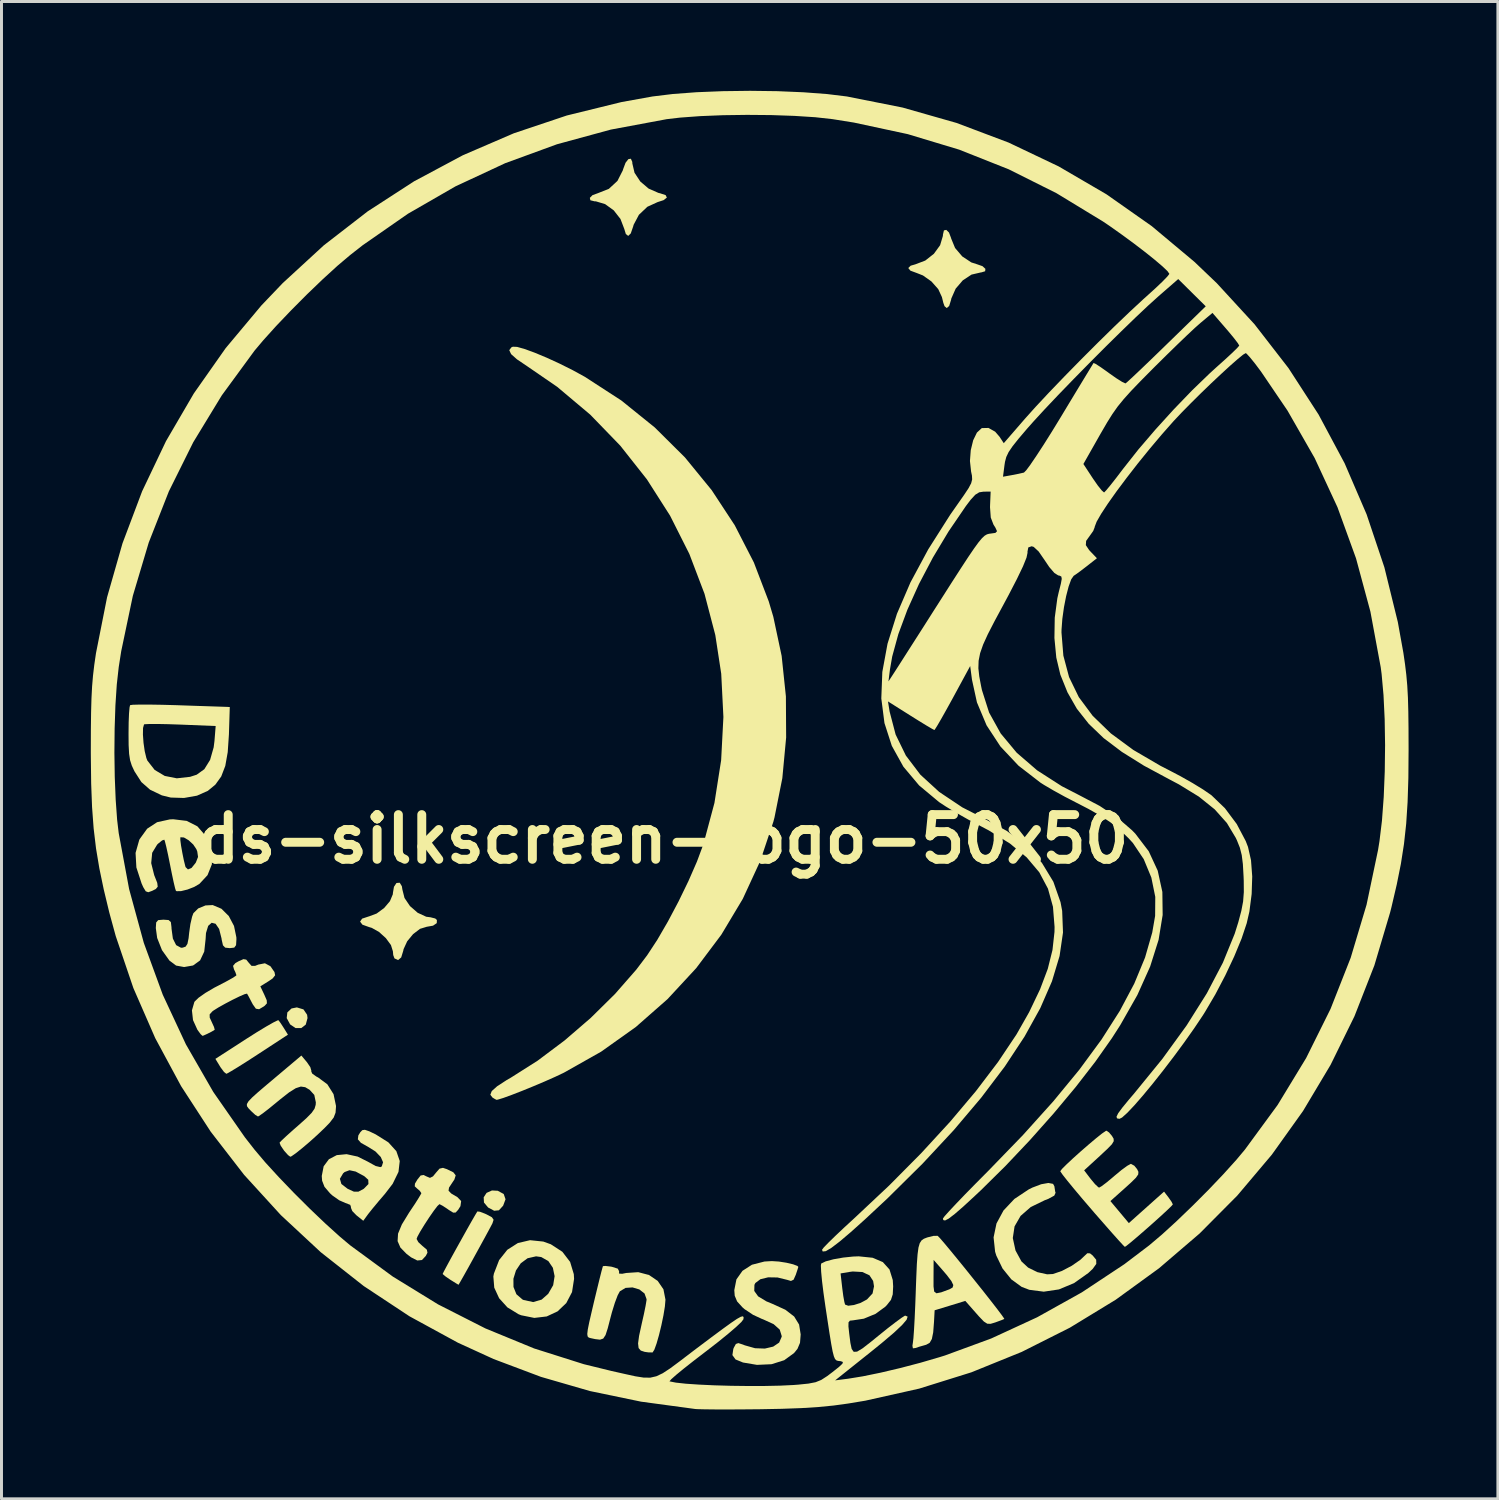
<source format=kicad_pcb>
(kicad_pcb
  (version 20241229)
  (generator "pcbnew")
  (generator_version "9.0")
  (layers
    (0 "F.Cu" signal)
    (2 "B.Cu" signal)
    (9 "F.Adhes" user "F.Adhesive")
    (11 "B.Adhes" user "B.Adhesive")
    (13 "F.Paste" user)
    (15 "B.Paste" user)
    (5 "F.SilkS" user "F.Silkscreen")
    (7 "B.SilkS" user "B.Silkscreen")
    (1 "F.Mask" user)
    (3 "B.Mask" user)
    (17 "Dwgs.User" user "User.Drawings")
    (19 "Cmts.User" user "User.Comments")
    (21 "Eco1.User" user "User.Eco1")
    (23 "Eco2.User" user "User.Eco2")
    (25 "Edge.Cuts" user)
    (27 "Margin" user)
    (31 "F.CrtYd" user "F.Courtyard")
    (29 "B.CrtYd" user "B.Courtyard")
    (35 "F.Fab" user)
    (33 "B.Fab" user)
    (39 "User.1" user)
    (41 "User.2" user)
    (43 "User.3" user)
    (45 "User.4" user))
  (footprint "ds-silkscreen-logo-50x50"
    (layer "F.Cu")
    (at 22.869 22.032)
    (property "Reference" "ds-silkscreen-logo-50x50" (at -3.647 3.098 0) (layer "F.SilkS") (effects (font (size 1.5 1.5) (thickness 0.3))))
    (attr board_only exclude_from_pos_files exclude_from_bom)
    (fp_poly (pts (xy -15.727 8.818) (xy -15.605 8.998) (xy -15.591 9.109) (xy -15.65 9.328) (xy -15.8 9.445) (xy -15.993 9.445) (xy -16.175 9.322) (xy -16.29 9.111) (xy -16.269 8.919) (xy -16.129 8.787) (xy -15.949 8.751)) (stroke (width 0) (type solid)) (fill yes) (layer "F.SilkS"))
    (fp_poly (pts (xy -9.202 14.909) (xy -9.002 15.018) (xy -8.941 15.195) (xy -9.022 15.411) (xy -9.164 15.565) (xy -9.323 15.58) (xy -9.526 15.471) (xy -9.665 15.305) (xy -9.675 15.129) (xy -9.578 14.98) (xy -9.397 14.899)) (stroke (width 0) (type solid)) (fill yes) (layer "F.SilkS"))
    (fp_poly (pts (xy -16.496 9.276) (xy -16.389 9.441) (xy -16.385 9.447) (xy -16.249 9.667) (xy -17.253 10.323) (xy -17.608 10.553) (xy -17.915 10.747) (xy -18.152 10.891) (xy -18.292 10.97) (xy -18.319 10.98) (xy -18.396 10.919) (xy -18.509 10.767) (xy -18.532 10.73) (xy -18.685 10.479) (xy -17.647 9.808) (xy -17.289 9.581) (xy -16.978 9.393) (xy -16.739 9.257) (xy -16.596 9.187) (xy -16.565 9.183)) (stroke (width 0) (type solid)) (fill yes) (layer "F.SilkS"))
    (fp_poly (pts (xy -9.803 15.613) (xy -9.632 15.678) (xy -9.575 15.704) (xy -9.398 15.8) (xy -9.342 15.883) (xy -9.38 16) (xy -9.388 16.017) (xy -9.497 16.222) (xy -9.647 16.499) (xy -9.823 16.82) (xy -10.007 17.155) (xy -10.184 17.476) (xy -10.339 17.753) (xy -10.455 17.957) (xy -10.515 18.059) (xy -10.52 18.066) (xy -10.589 18.026) (xy -10.743 17.93) (xy -10.793 17.899) (xy -10.959 17.785) (xy -11.047 17.71) (xy -11.052 17.7) (xy -11.015 17.624) (xy -10.917 17.44) (xy -10.774 17.176) (xy -10.602 16.864) (xy -10.417 16.532) (xy -10.238 16.211) (xy -10.08 15.931) (xy -9.959 15.722) (xy -9.893 15.612) (xy -9.887 15.604)) (stroke (width 0) (type solid)) (fill yes) (layer "F.SilkS"))
    (fp_poly (pts (xy -4.685 -19.646) (xy -4.682 -19.591) (xy -4.609 -19.28) (xy -4.415 -18.986) (xy -4.135 -18.748) (xy -3.805 -18.603) (xy -3.755 -18.592) (xy -3.563 -18.528) (xy -3.523 -18.446) (xy -3.633 -18.36) (xy -3.835 -18.294) (xy -4.177 -18.138) (xy -4.461 -17.869) (xy -4.639 -17.533) (xy -4.655 -17.474) (xy -4.735 -17.243) (xy -4.821 -17.159) (xy -4.901 -17.223) (xy -4.953 -17.394) (xy -5.081 -17.728) (xy -5.308 -18.018) (xy -5.597 -18.227) (xy -5.907 -18.32) (xy -5.952 -18.321) (xy -6.092 -18.356) (xy -6.11 -18.437) (xy -6.02 -18.528) (xy -5.839 -18.594) (xy -5.472 -18.739) (xy -5.182 -19.007) (xy -5.001 -19.364) (xy -4.99 -19.404) (xy -4.911 -19.615) (xy -4.816 -19.737) (xy -4.732 -19.752)) (stroke (width 0) (type solid)) (fill yes) (layer "F.SilkS"))
    (fp_poly (pts (xy 5.952 -17.273) (xy 6.021 -17.092) (xy 6.025 -17.073) (xy 6.156 -16.754) (xy 6.398 -16.47) (xy 6.702 -16.269) (xy 6.889 -16.209) (xy 7.077 -16.143) (xy 7.175 -16.053) (xy 7.166 -15.972) (xy 7.036 -15.933) (xy 7.019 -15.932) (xy 6.709 -15.86) (xy 6.415 -15.666) (xy 6.176 -15.387) (xy 6.031 -15.059) (xy 6.021 -15.009) (xy 5.958 -14.806) (xy 5.877 -14.736) (xy 5.803 -14.798) (xy 5.762 -14.912) (xy 5.715 -15.103) (xy 5.715 -15.104) (xy 5.591 -15.372) (xy 5.362 -15.63) (xy 5.078 -15.831) (xy 4.878 -15.91) (xy 4.657 -15.992) (xy 4.585 -16.08) (xy 4.665 -16.159) (xy 4.821 -16.204) (xy 5.155 -16.331) (xy 5.445 -16.559) (xy 5.654 -16.847) (xy 5.747 -17.158) (xy 5.749 -17.202) (xy 5.782 -17.344) (xy 5.861 -17.362)) (stroke (width 0) (type solid)) (fill yes) (layer "F.SilkS"))
    (fp_poly (pts (xy -12.494 4.565) (xy -12.423 4.681) (xy -12.405 4.794) (xy -12.334 5.076) (xy -12.149 5.349) (xy -11.892 5.573) (xy -11.605 5.706) (xy -11.459 5.725) (xy -11.302 5.765) (xy -11.246 5.814) (xy -11.251 5.921) (xy -11.376 6.006) (xy -11.581 6.042) (xy -11.587 6.043) (xy -11.813 6.112) (xy -12.046 6.29) (xy -12.244 6.531) (xy -12.365 6.794) (xy -12.376 6.849) (xy -12.445 7.073) (xy -12.549 7.161) (xy -12.671 7.105) (xy -12.713 6.992) (xy -12.724 6.865) (xy -12.79 6.656) (xy -12.959 6.426) (xy -13.187 6.219) (xy -13.433 6.08) (xy -13.521 6.054) (xy -13.747 5.973) (xy -13.826 5.87) (xy -13.758 5.77) (xy -13.541 5.698) (xy -13.533 5.697) (xy -13.269 5.598) (xy -13.018 5.413) (xy -12.823 5.183) (xy -12.726 4.951) (xy -12.723 4.906) (xy -12.688 4.7) (xy -12.604 4.573) (xy -12.497 4.564)) (stroke (width 0) (type solid)) (fill yes) (layer "F.SilkS"))
    (fp_poly (pts (xy -7.674 16.615) (xy -7.42 16.706) (xy -7.033 16.958) (xy -6.772 17.298) (xy -6.648 17.709) (xy -6.639 17.868) (xy -6.708 18.312) (xy -6.901 18.681) (xy -7.193 18.959) (xy -7.558 19.13) (xy -7.974 19.179) (xy -8.416 19.09) (xy -8.504 19.055) (xy -8.879 18.825) (xy -9.157 18.517) (xy -9.32 18.163) (xy -9.344 17.862) (xy -8.676 17.862) (xy -8.674 18.14) (xy -8.576 18.384) (xy -8.371 18.561) (xy -8.334 18.578) (xy -8.012 18.647) (xy -7.728 18.564) (xy -7.508 18.37) (xy -7.341 18.08) (xy -7.293 17.777) (xy -7.351 17.496) (xy -7.504 17.27) (xy -7.742 17.135) (xy -7.916 17.111) (xy -8.202 17.176) (xy -8.43 17.345) (xy -8.591 17.586) (xy -8.676 17.862) (xy -9.344 17.862) (xy -9.35 17.791) (xy -9.332 17.692) (xy -9.156 17.237) (xy -8.881 16.891) (xy -8.527 16.665) (xy -8.118 16.569)) (stroke (width 0) (type solid)) (fill yes) (layer "F.SilkS"))
    (fp_poly (pts (xy 9.447 14.677) (xy 9.491 14.756) (xy 9.519 14.937) (xy 9.532 14.976) (xy 9.488 15.072) (xy 9.288 15.181) (xy 9.172 15.225) (xy 8.698 15.455) (xy 8.357 15.753) (xy 8.154 16.105) (xy 8.095 16.497) (xy 8.186 16.914) (xy 8.386 17.282) (xy 8.61 17.489) (xy 8.92 17.642) (xy 9.248 17.715) (xy 9.443 17.705) (xy 9.743 17.602) (xy 10.075 17.428) (xy 10.366 17.226) (xy 10.479 17.119) (xy 10.598 17.007) (xy 10.688 17.011) (xy 10.778 17.083) (xy 10.896 17.226) (xy 10.899 17.365) (xy 10.78 17.531) (xy 10.631 17.671) (xy 10.151 18.011) (xy 9.644 18.222) (xy 9.135 18.298) (xy 8.649 18.235) (xy 8.393 18.137) (xy 8.047 17.886) (xy 7.752 17.521) (xy 7.541 17.085) (xy 7.501 16.956) (xy 7.45 16.475) (xy 7.547 16.008) (xy 7.783 15.571) (xy 8.148 15.184) (xy 8.632 14.862) (xy 8.751 14.803) (xy 9.048 14.69) (xy 9.29 14.647)) (stroke (width 0) (type solid)) (fill yes) (layer "F.SilkS"))
    (fp_poly (pts (xy -18.482 5.438) (xy -18.235 5.683) (xy -18.06 6.015) (xy -17.981 6.397) (xy -17.979 6.467) (xy -17.991 6.661) (xy -18.052 6.743) (xy -18.197 6.76) (xy -18.208 6.76) (xy -18.355 6.744) (xy -18.431 6.666) (xy -18.473 6.481) (xy -18.48 6.431) (xy -18.56 6.116) (xy -18.679 5.942) (xy -18.81 5.908) (xy -18.927 6.012) (xy -19.001 6.254) (xy -19.014 6.457) (xy -19.06 6.878) (xy -19.199 7.172) (xy -19.435 7.343) (xy -19.736 7.395) (xy -20.005 7.346) (xy -20.229 7.178) (xy -20.479 6.828) (xy -20.641 6.418) (xy -20.686 6.086) (xy -20.674 5.898) (xy -20.607 5.82) (xy -20.44 5.805) (xy -20.426 5.805) (xy -20.257 5.817) (xy -20.181 5.885) (xy -20.16 6.056) (xy -20.158 6.109) (xy -20.113 6.44) (xy -20.004 6.659) (xy -19.841 6.747) (xy -19.785 6.745) (xy -19.685 6.71) (xy -19.624 6.616) (xy -19.585 6.424) (xy -19.566 6.243) (xy -19.525 5.952) (xy -19.467 5.703) (xy -19.424 5.587) (xy -19.262 5.427) (xy -19.017 5.326) (xy -18.775 5.314)) (stroke (width 0) (type solid)) (fill yes) (layer "F.SilkS"))
    (fp_poly (pts (xy -20.895 -1.419) (xy -20.473 -1.412) (xy -19.988 -1.399) (xy -19.85 -1.394) (xy -18.202 -1.337) (xy -18.231 -0.414) (xy -18.271 0.178) (xy -18.353 0.64) (xy -18.489 0.995) (xy -18.687 1.27) (xy -18.939 1.478) (xy -19.303 1.64) (xy -19.74 1.717) (xy -20.185 1.703) (xy -20.483 1.63) (xy -20.88 1.439) (xy -21.171 1.183) (xy -21.403 0.822) (xy -21.492 0.632) (xy -21.55 0.45) (xy -21.583 0.234) (xy -21.599 -0.058) (xy -21.602 -0.411) (xy -21.119 -0.411) (xy -21.099 -0.134) (xy -21.059 0.144) (xy -21.004 0.374) (xy -20.97 0.461) (xy -20.724 0.776) (xy -20.386 0.977) (xy -19.981 1.057) (xy -19.535 1.007) (xy -19.314 0.936) (xy -19.057 0.751) (xy -18.863 0.438) (xy -18.743 0.016) (xy -18.716 -0.199) (xy -18.676 -0.699) (xy -19.858 -0.747) (xy -20.276 -0.761) (xy -20.634 -0.768) (xy -20.905 -0.767) (xy -21.059 -0.759) (xy -21.082 -0.753) (xy -21.115 -0.634) (xy -21.119 -0.411) (xy -21.602 -0.411) (xy -21.602 -0.457) (xy -21.598 -0.819) (xy -21.586 -1.119) (xy -21.568 -1.325) (xy -21.55 -1.4) (xy -21.459 -1.413) (xy -21.232 -1.419)) (stroke (width 0) (type solid)) (fill yes) (layer "F.SilkS"))
    (fp_poly (pts (xy -10.909 14.184) (xy -10.693 14.29) (xy -10.615 14.392) (xy -10.658 14.53) (xy -10.735 14.645) (xy -10.839 14.803) (xy -10.855 14.907) (xy -10.765 15) (xy -10.554 15.126) (xy -10.432 15.255) (xy -10.455 15.426) (xy -10.532 15.548) (xy -10.615 15.639) (xy -10.698 15.644) (xy -10.839 15.557) (xy -10.88 15.528) (xy -11.047 15.417) (xy -11.154 15.361) (xy -11.162 15.36) (xy -11.229 15.422) (xy -11.352 15.583) (xy -11.506 15.805) (xy -11.665 16.049) (xy -11.805 16.277) (xy -11.9 16.451) (xy -11.928 16.527) (xy -11.869 16.635) (xy -11.727 16.767) (xy -11.719 16.772) (xy -11.583 16.889) (xy -11.563 16.989) (xy -11.619 17.097) (xy -11.748 17.235) (xy -11.904 17.251) (xy -12.114 17.144) (xy -12.268 17.026) (xy -12.471 16.818) (xy -12.566 16.601) (xy -12.551 16.349) (xy -12.423 16.04) (xy -12.182 15.646) (xy -12.167 15.623) (xy -11.989 15.357) (xy -11.853 15.142) (xy -11.777 15.011) (xy -11.769 14.988) (xy -11.825 14.907) (xy -11.903 14.841) (xy -11.99 14.76) (xy -11.983 14.67) (xy -11.902 14.534) (xy -11.792 14.396) (xy -11.692 14.379) (xy -11.603 14.424) (xy -11.479 14.476) (xy -11.377 14.425) (xy -11.282 14.308) (xy -11.158 14.166) (xy -11.043 14.139)) (stroke (width 0) (type solid)) (fill yes) (layer "F.SilkS"))
    (fp_poly (pts (xy -15.609 10.593) (xy -15.497 10.758) (xy -15.462 10.88) (xy -15.467 10.895) (xy -15.434 10.973) (xy -15.293 11.074) (xy -15.235 11.104) (xy -14.925 11.334) (xy -14.717 11.665) (xy -14.635 12.058) (xy -14.635 12.088) (xy -14.65 12.287) (xy -14.712 12.449) (xy -14.848 12.626) (xy -15.013 12.796) (xy -15.253 13.025) (xy -15.515 13.261) (xy -15.768 13.476) (xy -15.983 13.648) (xy -16.129 13.75) (xy -16.17 13.767) (xy -16.245 13.711) (xy -16.368 13.574) (xy -16.383 13.555) (xy -16.49 13.398) (xy -16.53 13.297) (xy -16.528 13.291) (xy -16.462 13.221) (xy -16.302 13.071) (xy -16.076 12.868) (xy -15.909 12.722) (xy -15.629 12.472) (xy -15.452 12.292) (xy -15.355 12.152) (xy -15.317 12.023) (xy -15.312 11.939) (xy -15.364 11.69) (xy -15.521 11.518) (xy -15.668 11.431) (xy -15.814 11.409) (xy -15.985 11.464) (xy -16.209 11.604) (xy -16.512 11.842) (xy -16.632 11.941) (xy -16.885 12.148) (xy -17.093 12.309) (xy -17.227 12.401) (xy -17.256 12.414) (xy -17.345 12.361) (xy -17.485 12.232) (xy -17.503 12.213) (xy -17.579 12.134) (xy -17.625 12.068) (xy -17.628 11.998) (xy -17.575 11.907) (xy -17.454 11.779) (xy -17.25 11.595) (xy -16.951 11.34) (xy -16.59 11.036) (xy -15.798 10.368)) (stroke (width 0) (type solid)) (fill yes) (layer "F.SilkS"))
    (fp_poly (pts (xy 0.238 17.286) (xy 0.493 17.326) (xy 0.717 17.379) (xy 0.863 17.434) (xy 0.892 17.466) (xy 0.868 17.546) (xy 0.812 17.715) (xy 0.806 17.732) (xy 0.733 17.896) (xy 0.644 17.938) (xy 0.514 17.9) (xy 0.192 17.821) (xy -0.121 17.816) (xy -0.382 17.88) (xy -0.551 18.007) (xy -0.582 18.068) (xy -0.588 18.274) (xy -0.458 18.455) (xy -0.183 18.622) (xy 0.018 18.705) (xy 0.457 18.905) (xy 0.752 19.132) (xy 0.918 19.402) (xy 0.971 19.731) (xy 0.971 19.737) (xy 0.949 20.015) (xy 0.864 20.217) (xy 0.748 20.36) (xy 0.418 20.6) (xy -0.007 20.734) (xy -0.497 20.756) (xy -0.966 20.677) (xy -1.217 20.574) (xy -1.322 20.428) (xy -1.291 20.22) (xy -1.272 20.175) (xy -1.205 20.054) (xy -1.121 20.025) (xy -0.964 20.076) (xy -0.905 20.1) (xy -0.561 20.197) (xy -0.232 20.209) (xy 0.048 20.143) (xy 0.248 20.008) (xy 0.333 19.813) (xy 0.334 19.787) (xy 0.268 19.573) (xy 0.063 19.389) (xy -0.291 19.227) (xy -0.333 19.212) (xy -0.627 19.076) (xy -0.91 18.888) (xy -0.983 18.825) (xy -1.164 18.625) (xy -1.244 18.434) (xy -1.258 18.247) (xy -1.187 17.886) (xy -0.984 17.598) (xy -0.665 17.393) (xy -0.244 17.285) (xy 0.001 17.271)) (stroke (width 0) (type solid)) (fill yes) (layer "F.SilkS"))
    (fp_poly (pts (xy -17.649 7.146) (xy -17.568 7.247) (xy -17.471 7.356) (xy -17.354 7.357) (xy -17.244 7.313) (xy -17.022 7.269) (xy -16.838 7.367) (xy -16.701 7.564) (xy -16.679 7.673) (xy -16.762 7.778) (xy -16.901 7.873) (xy -17.176 8.043) (xy -17.042 8.325) (xy -16.961 8.511) (xy -16.955 8.615) (xy -17.027 8.694) (xy -17.06 8.719) (xy -17.217 8.812) (xy -17.325 8.795) (xy -17.429 8.649) (xy -17.47 8.572) (xy -17.562 8.395) (xy -17.619 8.294) (xy -17.623 8.288) (xy -17.701 8.306) (xy -17.877 8.382) (xy -18.11 8.496) (xy -18.361 8.628) (xy -18.588 8.755) (xy -18.752 8.858) (xy -18.792 8.889) (xy -18.878 8.986) (xy -18.876 9.094) (xy -18.806 9.246) (xy -18.731 9.411) (xy -18.708 9.501) (xy -18.71 9.504) (xy -18.806 9.562) (xy -18.957 9.639) (xy -19.086 9.697) (xy -19.119 9.706) (xy -19.183 9.647) (xy -19.287 9.505) (xy -19.29 9.501) (xy -19.437 9.177) (xy -19.473 8.851) (xy -19.393 8.573) (xy -19.381 8.553) (xy -19.251 8.427) (xy -19.018 8.263) (xy -18.726 8.091) (xy -18.614 8.033) (xy -18.333 7.887) (xy -18.115 7.766) (xy -17.994 7.687) (xy -17.979 7.67) (xy -18.013 7.572) (xy -18.06 7.474) (xy -18.092 7.356) (xy -18.015 7.264) (xy -17.909 7.203) (xy -17.744 7.13)) (stroke (width 0) (type solid)) (fill yes) (layer "F.SilkS"))
    (fp_poly (pts (xy -13.517 12.912) (xy -13.301 13.016) (xy -12.877 13.282) (xy -12.608 13.579) (xy -12.494 13.91) (xy -12.536 14.275) (xy -12.732 14.677) (xy -12.985 15.006) (xy -13.208 15.267) (xy -13.409 15.509) (xy -13.55 15.686) (xy -13.562 15.702) (xy -13.719 15.917) (xy -13.951 15.731) (xy -14.088 15.59) (xy -14.135 15.476) (xy -14.13 15.459) (xy -14.157 15.382) (xy -14.316 15.32) (xy -14.321 15.319) (xy -14.526 15.229) (xy -14.756 15.067) (xy -14.839 14.991) (xy -15.022 14.775) (xy -15.101 14.571) (xy -15.106 14.507) (xy -14.504 14.507) (xy -14.454 14.681) (xy -14.247 14.841) (xy -14.037 14.938) (xy -13.883 14.94) (xy -13.713 14.849) (xy -13.697 14.838) (xy -13.545 14.683) (xy -13.551 14.54) (xy -13.685 14.419) (xy -13.973 14.264) (xy -14.182 14.219) (xy -14.345 14.28) (xy -14.396 14.324) (xy -14.504 14.507) (xy -15.106 14.507) (xy -15.113 14.413) (xy -15.049 14.086) (xy -14.873 13.85) (xy -14.609 13.712) (xy -14.279 13.68) (xy -13.908 13.761) (xy -13.565 13.932) (xy -13.304 14.077) (xy -13.145 14.115) (xy -13.098 14.093) (xy -13.054 13.952) (xy -13.132 13.774) (xy -13.311 13.588) (xy -13.559 13.433) (xy -13.798 13.299) (xy -13.901 13.181) (xy -13.884 13.05) (xy -13.819 12.944) (xy -13.751 12.873) (xy -13.665 12.861)) (stroke (width 0) (type solid)) (fill yes) (layer "F.SilkS"))
    (fp_poly (pts (xy -5.403 17.456) (xy -5.366 17.463) (xy -5.171 17.525) (xy -5.126 17.613) (xy -5.129 17.625) (xy -5.127 17.691) (xy -5.024 17.697) (xy -4.887 17.67) (xy -4.483 17.643) (xy -4.122 17.738) (xy -3.831 17.936) (xy -3.638 18.218) (xy -3.57 18.566) (xy -3.589 18.794) (xy -3.638 19.094) (xy -3.707 19.426) (xy -3.787 19.755) (xy -3.869 20.041) (xy -3.944 20.248) (xy -4.002 20.338) (xy -4.005 20.339) (xy -4.141 20.337) (xy -4.269 20.319) (xy -4.399 20.276) (xy -4.472 20.191) (xy -4.49 20.035) (xy -4.456 19.782) (xy -4.374 19.406) (xy -4.369 19.383) (xy -4.295 19.056) (xy -4.238 18.777) (xy -4.207 18.59) (xy -4.204 18.551) (xy -4.273 18.359) (xy -4.447 18.223) (xy -4.676 18.155) (xy -4.91 18.171) (xy -5.101 18.285) (xy -5.102 18.286) (xy -5.175 18.421) (xy -5.269 18.67) (xy -5.368 18.99) (xy -5.419 19.182) (xy -5.51 19.533) (xy -5.582 19.755) (xy -5.66 19.873) (xy -5.768 19.91) (xy -5.929 19.891) (xy -6.083 19.858) (xy -6.146 19.84) (xy -6.184 19.801) (xy -6.196 19.72) (xy -6.179 19.57) (xy -6.131 19.33) (xy -6.049 18.975) (xy -5.972 18.646) (xy -5.873 18.236) (xy -5.787 17.884) (xy -5.72 17.618) (xy -5.678 17.466) (xy -5.669 17.44) (xy -5.583 17.434)) (stroke (width 0) (type solid)) (fill yes) (layer "F.SilkS"))
    (fp_poly (pts (xy -19.648 2.487) (xy -19.291 2.669) (xy -19.017 2.984) (xy -18.955 3.096) (xy -18.804 3.534) (xy -18.803 3.943) (xy -18.949 4.309) (xy -19.22 4.601) (xy -19.397 4.705) (xy -19.621 4.792) (xy -19.836 4.845) (xy -19.985 4.848) (xy -20.011 4.835) (xy -20.039 4.748) (xy -20.089 4.538) (xy -20.152 4.24) (xy -20.204 3.978) (xy -20.273 3.636) (xy -20.335 3.355) (xy -20.381 3.172) (xy -20.397 3.129) (xy -19.863 3.129) (xy -19.838 3.32) (xy -19.795 3.563) (xy -19.745 3.81) (xy -19.696 4.008) (xy -19.686 4.04) (xy -19.607 4.117) (xy -19.486 4.067) (xy -19.352 3.901) (xy -19.339 3.879) (xy -19.268 3.697) (xy -19.294 3.515) (xy -19.324 3.437) (xy -19.429 3.28) (xy -19.584 3.137) (xy -19.742 3.044) (xy -19.854 3.037) (xy -19.862 3.043) (xy -19.863 3.129) (xy -20.397 3.129) (xy -20.401 3.118) (xy -20.475 3.143) (xy -20.61 3.253) (xy -20.642 3.285) (xy -20.808 3.559) (xy -20.841 3.906) (xy -20.74 4.31) (xy -20.726 4.344) (xy -20.638 4.569) (xy -20.622 4.697) (xy -20.685 4.774) (xy -20.81 4.837) (xy -20.939 4.883) (xy -21.024 4.852) (xy -21.106 4.717) (xy -21.163 4.591) (xy -21.339 4.05) (xy -21.366 3.562) (xy -21.243 3.128) (xy -21.229 3.099) (xy -20.976 2.749) (xy -20.643 2.531) (xy -20.215 2.437) (xy -20.1 2.432)) (stroke (width 0) (type solid)) (fill yes) (layer "F.SilkS"))
    (fp_poly (pts (xy 5.575 16.426) (xy 5.649 16.501) (xy 5.799 16.675) (xy 6.01 16.928) (xy 6.264 17.238) (xy 6.544 17.583) (xy 6.832 17.943) (xy 7.113 18.294) (xy 7.367 18.618) (xy 7.579 18.891) (xy 7.73 19.092) (xy 7.805 19.2) (xy 7.809 19.213) (xy 7.721 19.252) (xy 7.542 19.318) (xy 7.5 19.333) (xy 7.349 19.378) (xy 7.238 19.374) (xy 7.124 19.301) (xy 6.967 19.138) (xy 6.861 19.018) (xy 6.5 18.608) (xy 5.985 18.766) (xy 5.47 18.923) (xy 5.449 19.311) (xy 5.422 19.663) (xy 5.377 19.887) (xy 5.303 20.016) (xy 5.187 20.08) (xy 5.16 20.088) (xy 4.95 20.148) (xy 4.831 20.189) (xy 4.74 20.201) (xy 4.724 20.114) (xy 4.74 20.01) (xy 4.758 19.856) (xy 4.778 19.574) (xy 4.799 19.195) (xy 4.819 18.752) (xy 4.833 18.385) (xy 4.842 18.122) (xy 5.433 18.122) (xy 5.455 18.294) (xy 5.531 18.352) (xy 5.691 18.32) (xy 5.965 18.219) (xy 5.971 18.216) (xy 6.073 18.159) (xy 6.097 18.076) (xy 6.033 17.942) (xy 5.873 17.733) (xy 5.715 17.549) (xy 5.436 17.231) (xy 5.433 17.814) (xy 5.433 18.122) (xy 4.842 18.122) (xy 4.854 17.806) (xy 4.873 17.365) (xy 4.897 17.042) (xy 4.927 16.817) (xy 4.97 16.669) (xy 5.029 16.577) (xy 5.108 16.521) (xy 5.213 16.48) (xy 5.235 16.473) (xy 5.433 16.424) (xy 5.565 16.422)) (stroke (width 0) (type solid)) (fill yes) (layer "F.SilkS"))
    (fp_poly (pts (xy 11.327 12.95) (xy 11.428 13.071) (xy 11.481 13.161) (xy 11.485 13.243) (xy 11.424 13.346) (xy 11.278 13.497) (xy 11.033 13.726) (xy 11.022 13.737) (xy 10.491 14.223) (xy 10.712 14.513) (xy 10.856 14.686) (xy 10.967 14.79) (xy 10.996 14.802) (xy 11.082 14.753) (xy 11.252 14.624) (xy 11.473 14.44) (xy 11.514 14.404) (xy 11.744 14.213) (xy 11.937 14.072) (xy 12.055 14.007) (xy 12.064 14.006) (xy 12.175 14.067) (xy 12.269 14.181) (xy 12.314 14.274) (xy 12.307 14.361) (xy 12.229 14.473) (xy 12.061 14.638) (xy 11.876 14.806) (xy 11.373 15.255) (xy 11.683 15.625) (xy 11.992 15.995) (xy 12.195 15.813) (xy 12.364 15.662) (xy 12.596 15.455) (xy 12.786 15.285) (xy 13.175 14.938) (xy 13.322 15.129) (xy 13.427 15.279) (xy 13.47 15.367) (xy 13.415 15.431) (xy 13.265 15.575) (xy 13.049 15.774) (xy 12.792 16.005) (xy 12.522 16.243) (xy 12.267 16.464) (xy 12.053 16.645) (xy 11.907 16.762) (xy 11.858 16.793) (xy 11.799 16.736) (xy 11.651 16.575) (xy 11.432 16.33) (xy 11.157 16.017) (xy 10.841 15.656) (xy 10.758 15.559) (xy 10.436 15.184) (xy 10.153 14.847) (xy 9.924 14.568) (xy 9.766 14.367) (xy 9.693 14.261) (xy 9.69 14.252) (xy 9.747 14.176) (xy 9.899 14.024) (xy 10.117 13.82) (xy 10.373 13.59) (xy 10.64 13.358) (xy 10.888 13.149) (xy 11.089 12.988) (xy 11.216 12.901) (xy 11.24 12.891)) (stroke (width 0) (type solid)) (fill yes) (layer "F.SilkS"))
    (fp_poly (pts (xy -8.552 -13.432) (xy -8.297 -13.36) (xy -7.956 -13.235) (xy -7.556 -13.068) (xy -7.125 -12.87) (xy -6.69 -12.653) (xy -6.278 -12.427) (xy -6.273 -12.424) (xy -5.052 -11.632) (xy -3.93 -10.727) (xy -2.915 -9.719) (xy -2.017 -8.62) (xy -1.243 -7.441) (xy -0.601 -6.192) (xy -0.101 -4.884) (xy 0.053 -4.365) (xy 0.332 -3.054) (xy 0.475 -1.693) (xy 0.483 -0.313) (xy 0.355 1.052) (xy 0.092 2.37) (xy 0.053 2.518) (xy -0.389 3.84) (xy -0.974 5.107) (xy -1.694 6.309) (xy -2.539 7.434) (xy -3.5 8.472) (xy -4.567 9.41) (xy -5.731 10.238) (xy -6.978 10.942) (xy -7.273 11.082) (xy -7.627 11.239) (xy -8.01 11.401) (xy -8.39 11.556) (xy -8.735 11.69) (xy -9.015 11.792) (xy -9.199 11.848) (xy -9.247 11.855) (xy -9.315 11.818) (xy -9.38 11.778) (xy -9.452 11.683) (xy -9.403 11.56) (xy -9.224 11.4) (xy -8.907 11.194) (xy -8.76 11.109) (xy -7.863 10.54) (xy -6.958 9.861) (xy -6.081 9.105) (xy -5.267 8.302) (xy -4.552 7.485) (xy -4.184 6.999) (xy -3.846 6.484) (xy -3.487 5.865) (xy -3.13 5.191) (xy -2.797 4.505) (xy -2.513 3.855) (xy -2.301 3.285) (xy -2.298 3.277) (xy -1.925 1.884) (xy -1.7 0.45) (xy -1.624 -1.003) (xy -1.697 -2.454) (xy -1.896 -3.755) (xy -2.258 -5.138) (xy -2.768 -6.479) (xy -3.415 -7.764) (xy -4.192 -8.981) (xy -5.089 -10.116) (xy -6.097 -11.157) (xy -7.206 -12.09) (xy -8.216 -12.784) (xy -8.557 -13.014) (xy -8.755 -13.19) (xy -8.816 -13.322) (xy -8.745 -13.416) (xy -8.695 -13.438)) (stroke (width 0) (type solid)) (fill yes) (layer "F.SilkS"))
    (fp_poly (pts (xy 0.188 -22.02) (xy 1.064 -21.983) (xy 1.861 -21.923) (xy 2.524 -21.842) (xy 4.394 -21.47) (xy 6.207 -20.953) (xy 7.956 -20.293) (xy 9.636 -19.493) (xy 11.24 -18.557) (xy 12.761 -17.488) (xy 14.194 -16.289) (xy 14.944 -15.573) (xy 16.213 -14.192) (xy 17.354 -12.719) (xy 18.364 -11.16) (xy 19.24 -9.521) (xy 19.977 -7.809) (xy 20.574 -6.03) (xy 21.026 -4.191) (xy 21.213 -3.153) (xy 21.268 -2.773) (xy 21.311 -2.417) (xy 21.343 -2.055) (xy 21.365 -1.656) (xy 21.378 -1.189) (xy 21.385 -0.626) (xy 21.387 0.065) (xy 21.387 0.112) (xy 21.38 1.044) (xy 21.354 1.855) (xy 21.307 2.582) (xy 21.233 3.261) (xy 21.129 3.929) (xy 20.99 4.623) (xy 20.813 5.381) (xy 20.766 5.566) (xy 20.238 7.341) (xy 19.57 9.047) (xy 18.768 10.68) (xy 17.841 12.232) (xy 16.794 13.697) (xy 15.635 15.07) (xy 14.37 16.343) (xy 13.007 17.511) (xy 11.552 18.568) (xy 10.012 19.507) (xy 8.394 20.321) (xy 6.705 21.006) (xy 4.951 21.554) (xy 3.141 21.959) (xy 2.564 22.055) (xy 2.075 22.122) (xy 1.563 22.172) (xy 0.993 22.208) (xy 0.331 22.232) (xy -0.382 22.246) (xy -0.932 22.251) (xy -1.446 22.254) (xy -1.897 22.253) (xy -2.258 22.249) (xy -2.501 22.243) (xy -2.572 22.238) (xy -4.388 21.992) (xy -6.107 21.635) (xy -7.751 21.159) (xy -9.342 20.56) (xy -10.542 20.011) (xy -12.168 19.124) (xy -13.705 18.108) (xy -15.147 16.972) (xy -16.488 15.725) (xy -17.721 14.374) (xy -18.84 12.928) (xy -19.837 11.395) (xy -20.706 9.783) (xy -21.44 8.101) (xy -22.032 6.356) (xy -22.248 5.566) (xy -22.435 4.789) (xy -22.582 4.083) (xy -22.694 3.412) (xy -22.774 2.739) (xy -22.827 2.027) (xy -22.857 1.238) (xy -22.868 0.336) (xy -22.869 0.2) (xy -22.077 0.2) (xy -22.065 1.01) (xy -22.034 1.774) (xy -21.985 2.453) (xy -21.932 2.899) (xy -21.583 4.775) (xy -21.089 6.584) (xy -20.453 8.324) (xy -19.675 9.993) (xy -18.756 11.59) (xy -17.696 13.112) (xy -17.371 13.528) (xy -17.009 13.956) (xy -16.556 14.451) (xy -16.046 14.982) (xy -15.512 15.514) (xy -14.985 16.016) (xy -14.5 16.454) (xy -14.157 16.742) (xy -12.726 17.791) (xy -11.206 18.725) (xy -9.617 19.532) (xy -7.98 20.205) (xy -6.313 20.733) (xy -5.387 20.96) (xy -4.93 21.063) (xy -4.58 21.14) (xy -4.306 21.183) (xy -4.081 21.186) (xy -3.876 21.139) (xy -3.661 21.037) (xy -3.408 20.871) (xy -3.089 20.634) (xy -2.675 20.318) (xy -2.53 20.208) (xy -2.035 19.836) (xy -1.652 19.552) (xy -1.368 19.347) (xy -1.17 19.213) (xy -1.042 19.142) (xy -0.973 19.124) (xy -0.946 19.151) (xy -0.95 19.215) (xy -0.952 19.226) (xy -1.022 19.318) (xy -1.2 19.486) (xy -1.467 19.715) (xy -1.802 19.987) (xy -2.186 20.285) (xy -2.244 20.329) (xy -2.624 20.621) (xy -2.951 20.879) (xy -3.207 21.089) (xy -3.374 21.237) (xy -3.434 21.307) (xy -3.432 21.31) (xy -3.223 21.352) (xy -2.885 21.389) (xy -2.444 21.419) (xy -1.93 21.443) (xy -1.371 21.459) (xy -0.797 21.466) (xy -0.235 21.465) (xy 0.285 21.454) (xy 0.736 21.432) (xy 0.892 21.42) (xy 1.233 21.385) (xy 1.471 21.339) (xy 1.662 21.262) (xy 1.86 21.134) (xy 2.027 21.008) (xy 2.257 20.826) (xy 2.373 20.717) (xy 2.39 20.66) (xy 2.322 20.634) (xy 2.291 20.63) (xy 2.222 20.622) (xy 2.169 20.604) (xy 2.124 20.559) (xy 2.085 20.465) (xy 2.044 20.305) (xy 1.998 20.059) (xy 1.941 19.708) (xy 1.868 19.232) (xy 1.802 18.795) (xy 1.738 18.344) (xy 1.689 17.947) (xy 1.664 17.685) (xy 2.311 17.685) (xy 2.367 18.175) (xy 2.402 18.443) (xy 2.439 18.647) (xy 2.463 18.732) (xy 2.568 18.77) (xy 2.76 18.746) (xy 2.984 18.674) (xy 3.187 18.565) (xy 3.201 18.555) (xy 3.385 18.358) (xy 3.434 18.119) (xy 3.405 17.938) (xy 3.281 17.748) (xy 3.044 17.638) (xy 2.723 17.62) (xy 2.62 17.633) (xy 2.311 17.685) (xy 1.664 17.685) (xy 1.659 17.632) (xy 1.65 17.424) (xy 1.66 17.353) (xy 1.812 17.28) (xy 2.073 17.21) (xy 2.397 17.153) (xy 2.733 17.118) (xy 2.921 17.111) (xy 3.388 17.159) (xy 3.731 17.305) (xy 3.954 17.553) (xy 4.064 17.908) (xy 4.077 18.122) (xy 4.063 18.39) (xy 4.003 18.574) (xy 3.867 18.747) (xy 3.812 18.804) (xy 3.487 19.042) (xy 3.092 19.205) (xy 2.724 19.261) (xy 2.625 19.271) (xy 2.578 19.327) (xy 2.575 19.466) (xy 2.602 19.712) (xy 2.641 20.02) (xy 2.684 20.221) (xy 2.752 20.318) (xy 2.865 20.312) (xy 3.045 20.204) (xy 3.314 19.996) (xy 3.587 19.774) (xy 3.896 19.525) (xy 4.164 19.319) (xy 4.365 19.172) (xy 4.473 19.104) (xy 4.482 19.102) (xy 4.563 19.136) (xy 4.529 19.24) (xy 4.376 19.419) (xy 4.102 19.677) (xy 3.702 20.016) (xy 3.341 20.309) (xy 2.128 21.277) (xy 2.565 21.221) (xy 3.057 21.141) (xy 3.656 21.018) (xy 4.314 20.863) (xy 4.989 20.686) (xy 5.636 20.497) (xy 5.816 20.441) (xy 7.37 19.87) (xy 8.912 19.158) (xy 10.412 18.322) (xy 11.839 17.377) (xy 12.676 16.742) (xy 13.103 16.38) (xy 13.599 15.927) (xy 14.129 15.417) (xy 14.662 14.883) (xy 15.164 14.356) (xy 15.602 13.871) (xy 15.889 13.528) (xy 16.987 12.03) (xy 17.946 10.453) (xy 18.766 8.802) (xy 19.443 7.084) (xy 19.976 5.302) (xy 20.362 3.463) (xy 20.41 3.166) (xy 20.493 2.48) (xy 20.552 1.687) (xy 20.587 0.826) (xy 20.598 -0.06) (xy 20.584 -0.929) (xy 20.545 -1.739) (xy 20.481 -2.449) (xy 20.451 -2.675) (xy 20.105 -4.542) (xy 19.622 -6.33) (xy 18.999 -8.047) (xy 18.233 -9.698) (xy 17.322 -11.29) (xy 16.429 -12.606) (xy 16.23 -12.871) (xy 16.062 -13.079) (xy 15.949 -13.202) (xy 15.918 -13.223) (xy 15.83 -13.171) (xy 15.65 -13.024) (xy 15.398 -12.803) (xy 15.095 -12.525) (xy 14.76 -12.211) (xy 14.415 -11.878) (xy 14.079 -11.545) (xy 13.772 -11.233) (xy 13.514 -10.959) (xy 13.504 -10.949) (xy 13.104 -10.496) (xy 12.699 -10.016) (xy 12.301 -9.526) (xy 11.926 -9.043) (xy 11.585 -8.588) (xy 11.293 -8.176) (xy 11.064 -7.828) (xy 10.91 -7.56) (xy 10.846 -7.392) (xy 10.845 -7.376) (xy 10.796 -7.25) (xy 10.685 -7.094) (xy 10.558 -6.917) (xy 10.548 -6.774) (xy 10.659 -6.608) (xy 10.723 -6.539) (xy 10.92 -6.334) (xy 10.584 -6.07) (xy 10.373 -5.908) (xy 10.201 -5.784) (xy 10.139 -5.743) (xy 10.057 -5.625) (xy 9.97 -5.385) (xy 9.886 -5.06) (xy 9.813 -4.686) (xy 9.759 -4.3) (xy 9.732 -3.939) (xy 9.73 -3.841) (xy 9.793 -3.063) (xy 9.985 -2.342) (xy 10.312 -1.669) (xy 10.778 -1.042) (xy 11.387 -0.452) (xy 12.144 0.105) (xy 13.053 0.636) (xy 13.314 0.77) (xy 13.728 0.987) (xy 14.136 1.218) (xy 14.493 1.437) (xy 14.755 1.617) (xy 14.772 1.631) (xy 15.219 2.061) (xy 15.615 2.591) (xy 15.918 3.165) (xy 15.994 3.361) (xy 16.095 3.807) (xy 16.136 4.351) (xy 16.117 4.942) (xy 16.041 5.533) (xy 15.951 5.924) (xy 15.779 6.439) (xy 15.532 7.037) (xy 15.231 7.677) (xy 14.897 8.314) (xy 14.55 8.904) (xy 14.477 9.02) (xy 14.184 9.457) (xy 13.856 9.922) (xy 13.506 10.397) (xy 13.15 10.863) (xy 12.801 11.304) (xy 12.473 11.701) (xy 12.182 12.036) (xy 11.941 12.291) (xy 11.765 12.449) (xy 11.678 12.493) (xy 11.596 12.478) (xy 11.578 12.422) (xy 11.633 12.308) (xy 11.771 12.12) (xy 12.002 11.839) (xy 12.167 11.646) (xy 13.117 10.481) (xy 13.933 9.356) (xy 14.612 8.277) (xy 15.151 7.248) (xy 15.548 6.275) (xy 15.668 5.892) (xy 15.77 5.509) (xy 15.83 5.193) (xy 15.854 4.878) (xy 15.851 4.495) (xy 15.845 4.347) (xy 15.822 3.938) (xy 15.784 3.636) (xy 15.721 3.387) (xy 15.622 3.139) (xy 15.584 3.058) (xy 15.284 2.557) (xy 14.876 2.1) (xy 14.345 1.673) (xy 13.677 1.263) (xy 13.385 1.109) (xy 12.5 0.633) (xy 11.759 0.17) (xy 11.145 -0.294) (xy 10.646 -0.773) (xy 10.246 -1.28) (xy 9.932 -1.829) (xy 9.692 -2.424) (xy 9.556 -2.997) (xy 9.493 -3.655) (xy 9.504 -4.338) (xy 9.591 -4.989) (xy 9.639 -5.2) (xy 9.71 -5.48) (xy 9.739 -5.641) (xy 9.725 -5.719) (xy 9.666 -5.749) (xy 9.621 -5.757) (xy 9.491 -5.839) (xy 9.32 -6.038) (xy 9.172 -6.258) (xy 8.963 -6.561) (xy 8.797 -6.715) (xy 8.728 -6.736) (xy 8.616 -6.697) (xy 8.588 -6.555) (xy 8.59 -6.516) (xy 8.555 -6.353) (xy 8.437 -6.061) (xy 8.234 -5.638) (xy 7.946 -5.082) (xy 7.775 -4.764) (xy 7.481 -4.218) (xy 7.258 -3.785) (xy 7.099 -3.436) (xy 6.998 -3.147) (xy 6.947 -2.89) (xy 6.939 -2.638) (xy 6.969 -2.364) (xy 7.03 -2.043) (xy 7.058 -1.909) (xy 7.299 -1.152) (xy 7.689 -0.449) (xy 8.227 0.198) (xy 8.912 0.789) (xy 9.743 1.323) (xy 10.287 1.603) (xy 11.014 1.985) (xy 11.609 2.378) (xy 12.098 2.801) (xy 12.211 2.917) (xy 12.66 3.507) (xy 12.962 4.159) (xy 13.118 4.873) (xy 13.128 5.647) (xy 12.991 6.483) (xy 12.708 7.378) (xy 12.279 8.334) (xy 11.703 9.348) (xy 11.422 9.786) (xy 10.866 10.575) (xy 10.205 11.428) (xy 9.465 12.314) (xy 8.672 13.206) (xy 7.852 14.073) (xy 7.028 14.887) (xy 6.821 15.081) (xy 6.434 15.438) (xy 6.146 15.688) (xy 5.945 15.842) (xy 5.821 15.907) (xy 5.76 15.893) (xy 5.749 15.84) (xy 5.803 15.766) (xy 5.956 15.595) (xy 6.193 15.342) (xy 6.499 15.023) (xy 6.861 14.654) (xy 7.263 14.249) (xy 7.284 14.228) (xy 8.438 13.036) (xy 9.453 11.908) (xy 10.331 10.841) (xy 11.075 9.829) (xy 11.689 8.867) (xy 12.175 7.951) (xy 12.537 7.076) (xy 12.778 6.237) (xy 12.875 5.678) (xy 12.88 5.039) (xy 12.748 4.39) (xy 12.493 3.773) (xy 12.129 3.23) (xy 11.982 3.069) (xy 11.688 2.787) (xy 11.39 2.546) (xy 11.052 2.32) (xy 10.634 2.084) (xy 10.208 1.864) (xy 9.835 1.671) (xy 9.463 1.466) (xy 9.149 1.282) (xy 9.026 1.204) (xy 8.286 0.632) (xy 7.68 -0.012) (xy 7.214 -0.723) (xy 6.891 -1.492) (xy 6.724 -2.256) (xy 6.664 -2.714) (xy 6.081 -1.639) (xy 5.877 -1.269) (xy 5.7 -0.954) (xy 5.563 -0.718) (xy 5.479 -0.585) (xy 5.461 -0.565) (xy 5.384 -0.605) (xy 5.2 -0.713) (xy 4.939 -0.873) (xy 4.664 -1.045) (xy 3.903 -1.525) (xy 3.958 -1.184) (xy 4.16 -0.413) (xy 4.504 0.293) (xy 4.991 0.935) (xy 5.623 1.514) (xy 6.4 2.033) (xy 7.116 2.399) (xy 7.895 2.824) (xy 8.549 3.325) (xy 9.072 3.896) (xy 9.457 4.53) (xy 9.698 5.217) (xy 9.753 5.509) (xy 9.781 6.236) (xy 9.666 7.025) (xy 9.411 7.873) (xy 9.018 8.776) (xy 8.489 9.731) (xy 7.827 10.735) (xy 7.034 11.783) (xy 6.112 12.873) (xy 5.063 14) (xy 3.89 15.161) (xy 3.137 15.864) (xy 2.657 16.295) (xy 2.281 16.614) (xy 2.002 16.827) (xy 1.815 16.937) (xy 1.712 16.949) (xy 1.688 16.891) (xy 1.744 16.816) (xy 1.9 16.654) (xy 2.138 16.422) (xy 2.439 16.138) (xy 2.773 15.831) (xy 3.942 14.733) (xy 5.017 13.649) (xy 5.991 12.589) (xy 6.855 11.564) (xy 7.601 10.582) (xy 8.221 9.655) (xy 8.644 8.91) (xy 9.011 8.142) (xy 9.27 7.455) (xy 9.428 6.822) (xy 9.495 6.215) (xy 9.498 6.049) (xy 9.444 5.371) (xy 9.276 4.763) (xy 8.984 4.213) (xy 8.561 3.712) (xy 7.999 3.247) (xy 7.289 2.807) (xy 7.012 2.661) (xy 6.609 2.448) (xy 6.205 2.22) (xy 5.85 2.007) (xy 5.62 1.856) (xy 4.949 1.296) (xy 4.42 0.666) (xy 4.032 -0.033) (xy 3.785 -0.798) (xy 3.679 -1.626) (xy 3.701 -2.197) (xy 3.919 -2.197) (xy 4.075 -2.436) (xy 4.155 -2.56) (xy 4.309 -2.8) (xy 4.525 -3.139) (xy 4.793 -3.558) (xy 5.101 -4.04) (xy 5.436 -4.567) (xy 5.652 -4.905) (xy 6.039 -5.512) (xy 6.353 -5.999) (xy 6.601 -6.378) (xy 6.795 -6.663) (xy 6.944 -6.868) (xy 7.059 -7.006) (xy 7.15 -7.091) (xy 7.227 -7.136) (xy 7.299 -7.156) (xy 7.326 -7.159) (xy 7.511 -7.185) (xy 7.566 -7.241) (xy 7.507 -7.368) (xy 7.447 -7.462) (xy 7.355 -7.701) (xy 7.33 -8.049) (xy 7.332 -8.119) (xy 7.351 -8.573) (xy 7.11 -8.57) (xy 6.967 -8.548) (xy 6.834 -8.466) (xy 6.679 -8.297) (xy 6.518 -8.084) (xy 5.938 -7.234) (xy 5.41 -6.354) (xy 4.945 -5.47) (xy 4.555 -4.605) (xy 4.251 -3.785) (xy 4.045 -3.033) (xy 3.969 -2.595) (xy 3.919 -2.197) (xy 3.701 -2.197) (xy 3.713 -2.515) (xy 3.888 -3.463) (xy 4.204 -4.467) (xy 4.659 -5.524) (xy 5.255 -6.632) (xy 5.99 -7.79) (xy 6.232 -8.136) (xy 6.461 -8.463) (xy 6.612 -8.691) (xy 6.697 -8.853) (xy 6.73 -8.982) (xy 6.725 -9.072) (xy 7.766 -9.072) (xy 8.051 -9.123) (xy 8.282 -9.168) (xy 8.461 -9.209) (xy 8.471 -9.212) (xy 8.547 -9.289) (xy 8.692 -9.484) (xy 8.701 -9.499) (xy 10.466 -9.499) (xy 10.787 -9.01) (xy 10.949 -8.777) (xy 11.082 -8.611) (xy 11.159 -8.544) (xy 11.164 -8.545) (xy 11.231 -8.614) (xy 11.373 -8.785) (xy 11.569 -9.034) (xy 11.799 -9.336) (xy 11.82 -9.363) (xy 12.311 -9.985) (xy 12.884 -10.654) (xy 13.499 -11.331) (xy 14.119 -11.974) (xy 14.706 -12.541) (xy 14.933 -12.748) (xy 15.221 -13.006) (xy 15.46 -13.227) (xy 15.627 -13.39) (xy 15.699 -13.473) (xy 15.7 -13.477) (xy 15.652 -13.558) (xy 15.523 -13.727) (xy 15.336 -13.953) (xy 15.251 -14.052) (xy 14.801 -14.573) (xy 14.399 -14.237) (xy 14.219 -14.078) (xy 13.952 -13.828) (xy 13.622 -13.511) (xy 13.252 -13.15) (xy 12.867 -12.769) (xy 12.799 -12.701) (xy 12.388 -12.286) (xy 12.069 -11.954) (xy 11.82 -11.677) (xy 11.617 -11.428) (xy 11.44 -11.177) (xy 11.265 -10.898) (xy 11.07 -10.563) (xy 11.033 -10.499) (xy 10.466 -9.499) (xy 8.701 -9.499) (xy 8.892 -9.78) (xy 9.138 -10.157) (xy 9.415 -10.598) (xy 9.697 -11.059) (xy 9.988 -11.542) (xy 10.251 -11.977) (xy 10.476 -12.348) (xy 10.651 -12.636) (xy 10.766 -12.824) (xy 10.808 -12.892) (xy 10.877 -12.861) (xy 11.041 -12.755) (xy 11.268 -12.595) (xy 11.327 -12.551) (xy 11.569 -12.381) (xy 11.763 -12.259) (xy 11.873 -12.207) (xy 11.883 -12.207) (xy 11.954 -12.267) (xy 12.122 -12.422) (xy 12.371 -12.657) (xy 12.683 -12.956) (xy 13.041 -13.302) (xy 13.258 -13.513) (xy 14.575 -14.795) (xy 14.113 -15.252) (xy 13.651 -15.71) (xy 12.984 -15.129) (xy 12.644 -14.822) (xy 12.219 -14.421) (xy 11.732 -13.949) (xy 11.205 -13.43) (xy 10.662 -12.885) (xy 10.126 -12.339) (xy 9.618 -11.814) (xy 9.163 -11.333) (xy 8.783 -10.919) (xy 8.579 -10.689) (xy 8.287 -10.346) (xy 8.085 -10.092) (xy 7.954 -9.898) (xy 7.876 -9.734) (xy 7.833 -9.572) (xy 7.817 -9.469) (xy 7.766 -9.072) (xy 6.725 -9.072) (xy 6.723 -9.108) (xy 6.694 -9.248) (xy 6.656 -9.599) (xy 6.683 -9.962) (xy 6.764 -10.294) (xy 6.89 -10.554) (xy 7.049 -10.701) (xy 7.059 -10.705) (xy 7.279 -10.71) (xy 7.503 -10.584) (xy 7.649 -10.415) (xy 7.792 -10.198) (xy 8.5 -11.015) (xy 8.863 -11.42) (xy 9.317 -11.906) (xy 9.836 -12.446) (xy 10.393 -13.014) (xy 10.963 -13.584) (xy 11.519 -14.129) (xy 12.035 -14.622) (xy 12.483 -15.038) (xy 12.596 -15.139) (xy 12.882 -15.398) (xy 13.119 -15.623) (xy 13.283 -15.792) (xy 13.352 -15.881) (xy 13.353 -15.885) (xy 13.291 -15.975) (xy 13.12 -16.138) (xy 12.86 -16.359) (xy 12.534 -16.62) (xy 12.162 -16.905) (xy 11.766 -17.196) (xy 11.368 -17.478) (xy 11.123 -17.644) (xy 9.565 -18.592) (xy 7.96 -19.395) (xy 6.298 -20.055) (xy 4.568 -20.577) (xy 2.758 -20.966) (xy 2.046 -21.08) (xy 1.463 -21.145) (xy 0.762 -21.19) (xy -0.015 -21.217) (xy -0.829 -21.224) (xy -1.639 -21.213) (xy -2.403 -21.182) (xy -3.082 -21.132) (xy -3.527 -21.08) (xy -5.404 -20.73) (xy -7.213 -20.237) (xy -8.953 -19.601) (xy -10.622 -18.823) (xy -12.219 -17.903) (xy -13.741 -16.844) (xy -14.157 -16.518) (xy -14.585 -16.156) (xy -15.08 -15.704) (xy -15.611 -15.194) (xy -16.143 -14.659) (xy -16.645 -14.133) (xy -17.083 -13.647) (xy -17.371 -13.305) (xy -18.47 -11.804) (xy -19.429 -10.229) (xy -20.248 -8.58) (xy -20.924 -6.86) (xy -21.458 -5.07) (xy -21.848 -3.213) (xy -21.932 -2.675) (xy -21.997 -2.092) (xy -22.043 -1.391) (xy -22.069 -0.614) (xy -22.077 0.2) (xy -22.869 0.2) (xy -22.869 0.112) (xy -22.867 -0.588) (xy -22.86 -1.158) (xy -22.847 -1.629) (xy -22.826 -2.032) (xy -22.795 -2.396) (xy -22.753 -2.751) (xy -22.698 -3.128) (xy -22.694 -3.153) (xy -22.323 -5.023) (xy -21.805 -6.835) (xy -21.145 -8.585) (xy -20.345 -10.265) (xy -19.409 -11.869) (xy -18.34 -13.39) (xy -17.141 -14.823) (xy -16.425 -15.573) (xy -15.045 -16.842) (xy -13.571 -17.983) (xy -12.012 -18.993) (xy -10.374 -19.868) (xy -8.662 -20.606) (xy -6.883 -21.203) (xy -5.044 -21.655) (xy -4.005 -21.842) (xy -3.324 -21.925) (xy -2.524 -21.985) (xy -1.646 -22.02) (xy -0.729 -22.032)) (stroke (width 0) (type solid)) (fill yes) (layer "F.SilkS")))
  (gr_rect
    (start -3 -3)
    (end 47.256 47.286)
    (stroke (width 0.1) (type default))
    (fill no)
    (layer "Edge.Cuts")))
</source>
